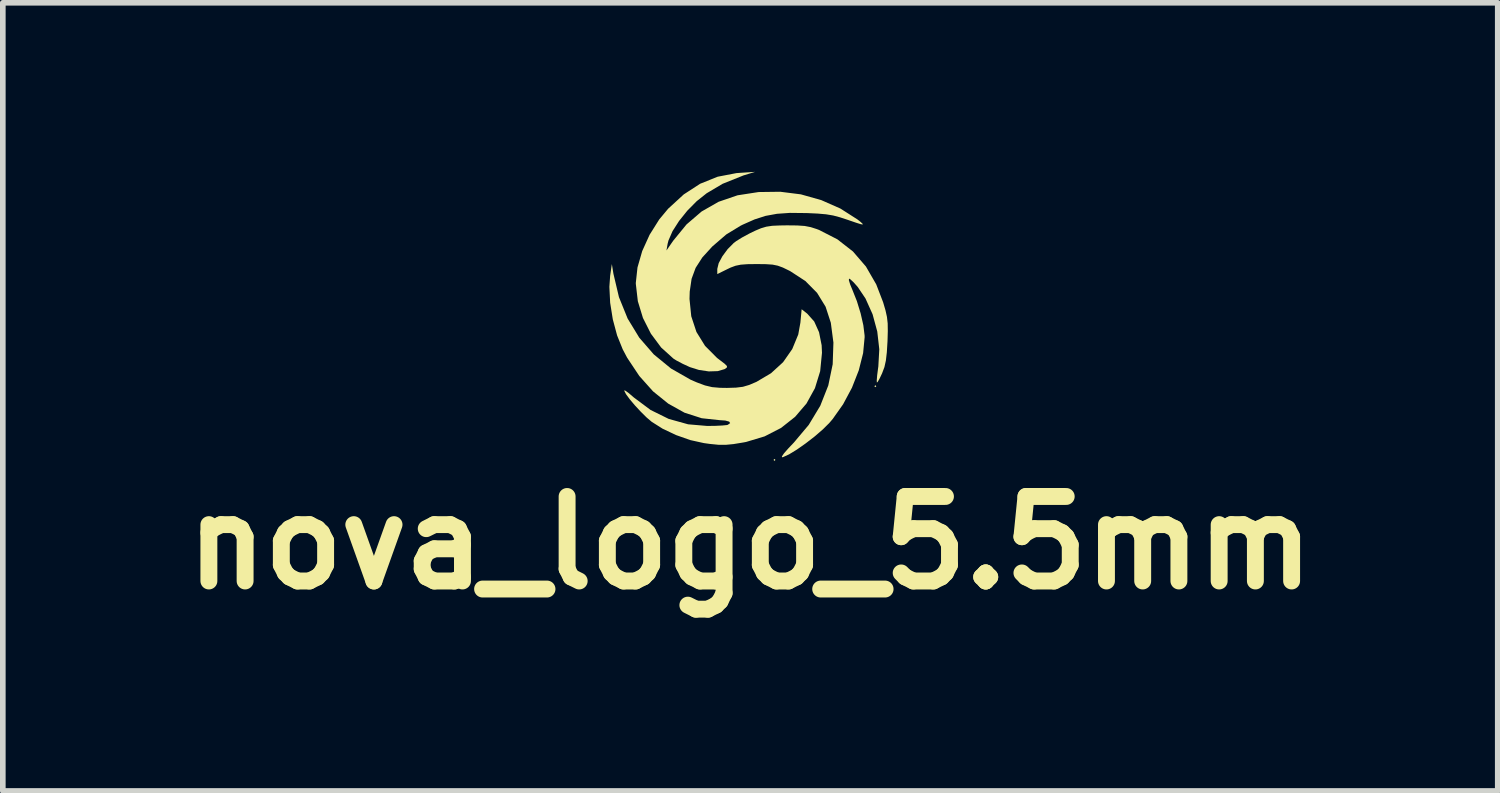
<source format=kicad_pcb>
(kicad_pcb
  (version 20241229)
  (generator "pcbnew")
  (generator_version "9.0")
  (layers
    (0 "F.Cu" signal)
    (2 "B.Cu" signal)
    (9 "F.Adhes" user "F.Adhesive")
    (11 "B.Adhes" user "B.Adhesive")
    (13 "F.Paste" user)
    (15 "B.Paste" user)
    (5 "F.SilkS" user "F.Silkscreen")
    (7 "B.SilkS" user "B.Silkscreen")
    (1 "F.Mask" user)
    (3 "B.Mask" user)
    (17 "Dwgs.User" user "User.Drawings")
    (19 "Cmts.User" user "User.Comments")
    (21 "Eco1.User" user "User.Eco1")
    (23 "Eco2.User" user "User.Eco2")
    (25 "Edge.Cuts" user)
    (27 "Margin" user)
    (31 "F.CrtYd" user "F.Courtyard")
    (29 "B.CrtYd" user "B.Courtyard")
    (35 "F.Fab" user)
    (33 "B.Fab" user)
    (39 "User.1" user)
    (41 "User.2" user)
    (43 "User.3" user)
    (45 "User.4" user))
  (footprint "nova_logo_5.5mm"
    (layer "F.Cu")
    (at 10.264 2.582)
    (property "Reference" "nova_logo_5.5mm" (at 0 4 0) (layer "F.SilkS") (effects (font (size 1.5 1.5) (thickness 0.3))))
    (attr board_only exclude_from_pos_files exclude_from_bom)
    (fp_poly (pts (xy 0.447 2.53) (xy 0.43 2.547) (xy 0.413 2.53) (xy 0.43 2.512)) (stroke (width 0) (type solid)) (fill yes) (layer "F.SilkS"))
    (fp_poly (pts (xy 2.237 1.222) (xy 2.22 1.239) (xy 2.203 1.222) (xy 2.22 1.205)) (stroke (width 0) (type solid)) (fill yes) (layer "F.SilkS"))
    (fp_poly (pts (xy -2.428 -0.774) (xy -2.33 -0.359) (xy -2.176 0.021) (xy -1.969 0.361) (xy -1.712 0.657) (xy -1.407 0.907) (xy -1.059 1.106) (xy -0.946 1.155) (xy -0.803 1.208) (xy -0.677 1.238) (xy -0.538 1.25) (xy -0.413 1.252) (xy -0.252 1.247) (xy -0.13 1.232) (xy -0.018 1.199) (xy 0.111 1.144) (xy 0.369 0.991) (xy 0.583 0.795) (xy 0.745 0.563) (xy 0.852 0.304) (xy 0.89 0.093) (xy 0.912 -0.144) (xy 1.011 -0.066) (xy 1.135 0.073) (xy 1.221 0.264) (xy 1.267 0.495) (xy 1.273 0.629) (xy 1.241 0.955) (xy 1.148 1.257) (xy 0.998 1.529) (xy 0.796 1.765) (xy 0.547 1.962) (xy 0.255 2.112) (xy -0.074 2.211) (xy -0.128 2.221) (xy -0.299 2.249) (xy -0.435 2.262) (xy -0.565 2.261) (xy -0.717 2.246) (xy -0.824 2.231) (xy -1.063 2.178) (xy -1.316 2.089) (xy -1.555 1.976) (xy -1.748 1.854) (xy -1.84 1.776) (xy -1.943 1.674) (xy -2.047 1.562) (xy -2.138 1.454) (xy -2.205 1.363) (xy -2.236 1.303) (xy -2.237 1.296) (xy -2.214 1.302) (xy -2.154 1.346) (xy -2.069 1.419) (xy -2.064 1.423) (xy -1.769 1.643) (xy -1.447 1.802) (xy -1.102 1.898) (xy -0.763 1.927) (xy -0.618 1.925) (xy -0.496 1.919) (xy -0.415 1.911) (xy -0.399 1.907) (xy -0.357 1.877) (xy -0.374 1.85) (xy -0.443 1.831) (xy -0.545 1.824) (xy -0.861 1.79) (xy -1.166 1.692) (xy -1.455 1.531) (xy -1.725 1.313) (xy -1.969 1.04) (xy -2.184 0.717) (xy -2.263 0.568) (xy -2.363 0.32) (xy -2.439 0.036) (xy -2.486 -0.259) (xy -2.5 -0.542) (xy -2.486 -0.74) (xy -2.456 -0.946)) (stroke (width 0) (type solid)) (fill yes) (layer "F.SilkS"))
    (fp_poly (pts (xy -0.12 -2.519) (xy -0.491 -2.37) (xy -0.774 -2.202) (xy -0.95 -2.062) (xy -1.117 -1.893) (xy -1.263 -1.711) (xy -1.379 -1.53) (xy -1.451 -1.365) (xy -1.466 -1.307) (xy -1.487 -1.187) (xy -1.368 -1.359) (xy -1.131 -1.649) (xy -0.863 -1.879) (xy -0.562 -2.051) (xy -0.226 -2.166) (xy 0.149 -2.224) (xy 0.533 -2.229) (xy 0.898 -2.183) (xy 1.26 -2.081) (xy 1.6 -1.931) (xy 1.902 -1.738) (xy 1.953 -1.698) (xy 1.992 -1.663) (xy 1.998 -1.648) (xy 1.963 -1.653) (xy 1.88 -1.679) (xy 1.74 -1.727) (xy 1.738 -1.728) (xy 1.595 -1.775) (xy 1.471 -1.808) (xy 1.345 -1.829) (xy 1.195 -1.842) (xy 1 -1.851) (xy 0.979 -1.851) (xy 0.703 -1.854) (xy 0.475 -1.838) (xy 0.272 -1.801) (xy 0.076 -1.738) (xy -0.134 -1.645) (xy -0.172 -1.626) (xy -0.426 -1.471) (xy -0.672 -1.259) (xy -0.675 -1.256) (xy -0.85 -1.064) (xy -0.969 -0.879) (xy -1.041 -0.684) (xy -1.074 -0.458) (xy -1.078 -0.327) (xy -1.047 -0.02) (xy -0.955 0.259) (xy -0.802 0.506) (xy -0.589 0.72) (xy -0.542 0.756) (xy -0.453 0.824) (xy -0.413 0.864) (xy -0.415 0.89) (xy -0.451 0.916) (xy -0.457 0.919) (xy -0.577 0.954) (xy -0.736 0.959) (xy -0.911 0.933) (xy -1.071 0.883) (xy -1.195 0.826) (xy -1.309 0.766) (xy -1.363 0.732) (xy -1.581 0.535) (xy -1.763 0.29) (xy -1.904 0.011) (xy -1.995 -0.287) (xy -2.03 -0.59) (xy -2.031 -0.61) (xy -2.001 -0.886) (xy -1.917 -1.177) (xy -1.786 -1.466) (xy -1.615 -1.738) (xy -1.457 -1.928) (xy -1.18 -2.182) (xy -0.889 -2.371) (xy -0.578 -2.496) (xy -0.245 -2.56) (xy -0.177 -2.565) (xy 0.086 -2.582)) (stroke (width 0) (type solid)) (fill yes) (layer "F.SilkS"))
    (fp_poly (pts (xy 0.833 -1.631) (xy 0.966 -1.622) (xy 1.074 -1.601) (xy 1.18 -1.567) (xy 1.222 -1.551) (xy 1.546 -1.385) (xy 1.823 -1.169) (xy 2.053 -0.902) (xy 2.236 -0.585) (xy 2.358 -0.268) (xy 2.4 -0.125) (xy 2.426 -0.008) (xy 2.439 0.107) (xy 2.441 0.243) (xy 2.436 0.421) (xy 2.424 0.618) (xy 2.407 0.766) (xy 2.381 0.883) (xy 2.341 0.989) (xy 2.341 0.99) (xy 2.296 1.085) (xy 2.262 1.145) (xy 2.247 1.157) (xy 2.245 1.119) (xy 2.252 1.03) (xy 2.268 0.907) (xy 2.273 0.872) (xy 2.29 0.566) (xy 2.254 0.251) (xy 2.171 -0.055) (xy 2.045 -0.335) (xy 1.907 -0.54) (xy 1.835 -0.621) (xy 1.777 -0.675) (xy 1.753 -0.688) (xy 1.75 -0.66) (xy 1.772 -0.587) (xy 1.812 -0.49) (xy 1.892 -0.289) (xy 1.959 -0.071) (xy 2.007 0.14) (xy 2.029 0.319) (xy 2.03 0.351) (xy 2.003 0.635) (xy 1.926 0.94) (xy 1.805 1.248) (xy 1.648 1.542) (xy 1.462 1.805) (xy 1.404 1.873) (xy 1.286 1.99) (xy 1.141 2.115) (xy 0.983 2.237) (xy 0.828 2.346) (xy 0.689 2.431) (xy 0.582 2.48) (xy 0.568 2.484) (xy 0.561 2.469) (xy 0.598 2.414) (xy 0.677 2.324) (xy 0.774 2.222) (xy 1.038 1.908) (xy 1.243 1.568) (xy 1.385 1.208) (xy 1.463 0.832) (xy 1.476 0.448) (xy 1.43 0.096) (xy 1.337 -0.189) (xy 1.186 -0.435) (xy 0.978 -0.645) (xy 0.711 -0.819) (xy 0.688 -0.831) (xy 0.579 -0.884) (xy 0.489 -0.917) (xy 0.396 -0.936) (xy 0.278 -0.944) (xy 0.12 -0.946) (xy -0.048 -0.944) (xy -0.168 -0.935) (xy -0.261 -0.916) (xy -0.35 -0.883) (xy -0.404 -0.857) (xy -0.585 -0.768) (xy -0.585 -0.86) (xy -0.56 -0.962) (xy -0.494 -1.085) (xy -0.401 -1.211) (xy -0.294 -1.319) (xy -0.249 -1.353) (xy -0.146 -1.417) (xy -0.013 -1.489) (xy 0.086 -1.537) (xy 0.19 -1.581) (xy 0.284 -1.609) (xy 0.389 -1.625) (xy 0.526 -1.631) (xy 0.654 -1.633)) (stroke (width 0) (type solid)) (fill yes) (layer "F.SilkS")))
  (gr_rect
    (start -3 -3)
    (end 23.529 10.986)
    (stroke (width 0.1) (type default))
    (fill no)
    (layer "Edge.Cuts")))
</source>
